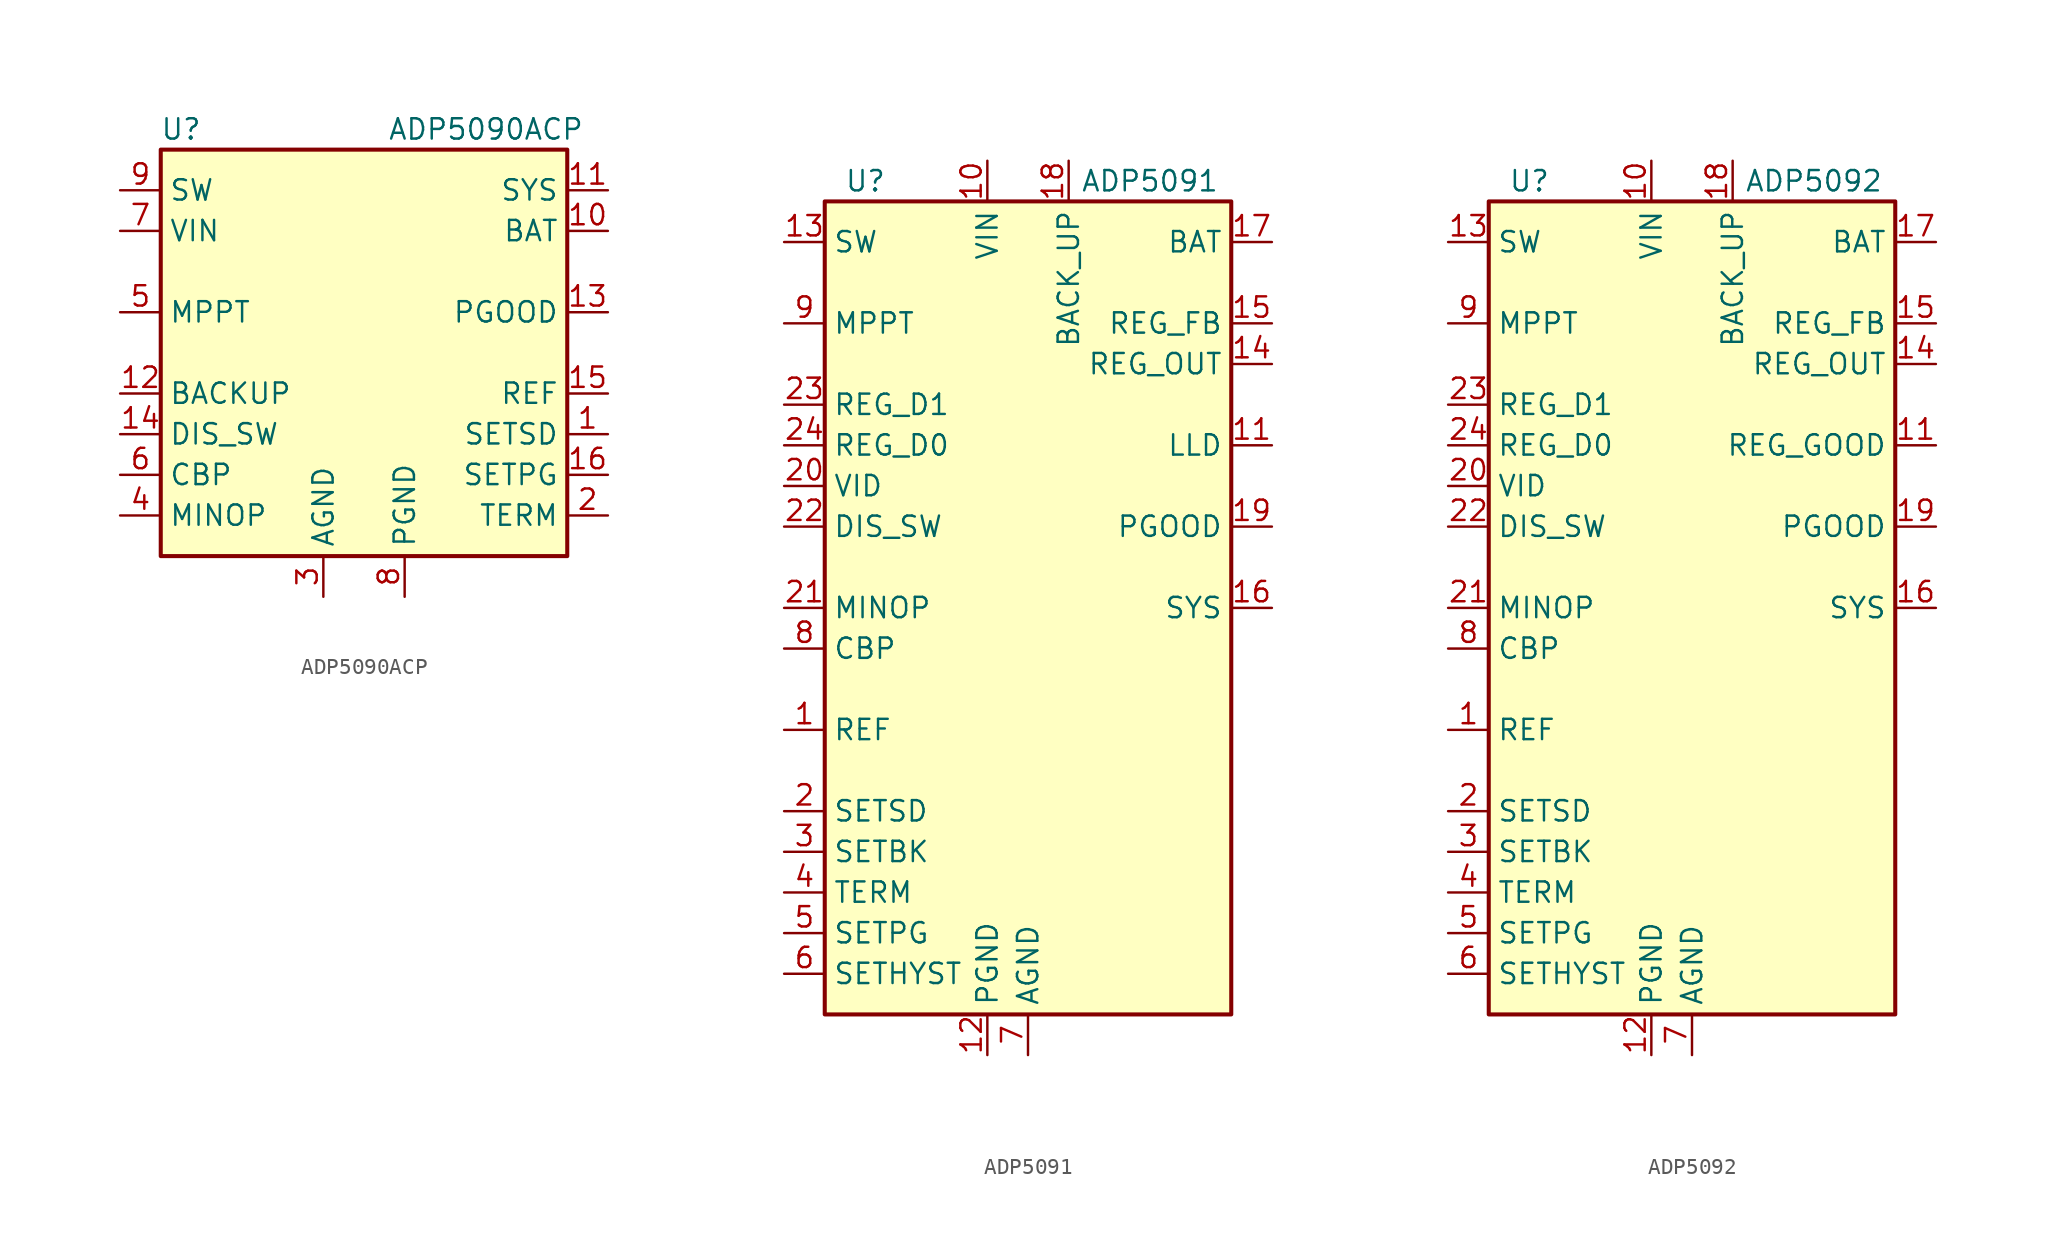
<source format=kicad_sym>
(kicad_symbol_lib
  (version 20201005)
  (generator kicad_symbol_editor)
  (symbol "Battery_Management:ADP5090ACP"
    (property "Reference" "U"
      (at -11.43 13.97 0)
      (effects (font (size 1.27 1.27))))
    (property "Value" "ADP5090ACP"
      (at 7.62 13.97 0)
      (effects (font (size 1.27 1.27))))
    (symbol "ADP5090ACP_0_1"
      (rectangle (start -12.7 12.7) (end 12.7 -12.7) (stroke (width 0.254)) (fill (type background))))
    (symbol "ADP5090ACP_1_1"
      (pin input line (at 15.24 -5.08 180) (length 2.54) (name "SETSD" (effects (font (size 1.27 1.27)))) (number "1" (effects (font (size 1.27 1.27)))))
      (pin power_out line (at 15.24 7.62 180) (length 2.54) (name "BAT" (effects (font (size 1.27 1.27)))) (number "10" (effects (font (size 1.27 1.27)))))
      (pin power_out line (at 15.24 10.16 180) (length 2.54) (name "SYS" (effects (font (size 1.27 1.27)))) (number "11" (effects (font (size 1.27 1.27)))))
      (pin passive line (at -15.24 -2.54 0) (length 2.54) (name "BACKUP" (effects (font (size 1.27 1.27)))) (number "12" (effects (font (size 1.27 1.27)))))
      (pin output line (at 15.24 2.54 180) (length 2.54) (name "PGOOD" (effects (font (size 1.27 1.27)))) (number "13" (effects (font (size 1.27 1.27)))))
      (pin input line (at -15.24 -5.08 0) (length 2.54) (name "DIS_SW" (effects (font (size 1.27 1.27)))) (number "14" (effects (font (size 1.27 1.27)))))
      (pin output line (at 15.24 -2.54 180) (length 2.54) (name "REF" (effects (font (size 1.27 1.27)))) (number "15" (effects (font (size 1.27 1.27)))))
      (pin input line (at 15.24 -7.62 180) (length 2.54) (name "SETPG" (effects (font (size 1.27 1.27)))) (number "16" (effects (font (size 1.27 1.27)))))
      (pin passive line (at -2.54 -15.24 90) (length 2.54) hide (name "AGND" (effects (font (size 1.27 1.27)))) (number "17" (effects (font (size 1.27 1.27)))))
      (pin input line (at 15.24 -10.16 180) (length 2.54) (name "TERM" (effects (font (size 1.27 1.27)))) (number "2" (effects (font (size 1.27 1.27)))))
      (pin power_in line (at -2.54 -15.24 90) (length 2.54) (name "AGND" (effects (font (size 1.27 1.27)))) (number "3" (effects (font (size 1.27 1.27)))))
      (pin passive line (at -15.24 -10.16 0) (length 2.54) (name "MINOP" (effects (font (size 1.27 1.27)))) (number "4" (effects (font (size 1.27 1.27)))))
      (pin input line (at -15.24 2.54 0) (length 2.54) (name "MPPT" (effects (font (size 1.27 1.27)))) (number "5" (effects (font (size 1.27 1.27)))))
      (pin passive line (at -15.24 -7.62 0) (length 2.54) (name "CBP" (effects (font (size 1.27 1.27)))) (number "6" (effects (font (size 1.27 1.27)))))
      (pin power_in line (at -15.24 7.62 0) (length 2.54) (name "VIN" (effects (font (size 1.27 1.27)))) (number "7" (effects (font (size 1.27 1.27)))))
      (pin power_in line (at 2.54 -15.24 90) (length 2.54) (name "PGND" (effects (font (size 1.27 1.27)))) (number "8" (effects (font (size 1.27 1.27)))))
      (pin input line (at -15.24 10.16 0) (length 2.54) (name "SW" (effects (font (size 1.27 1.27)))) (number "9" (effects (font (size 1.27 1.27)))))))
  (symbol "Battery_Management:ADP5091"
    (property "Reference" "U"
      (at -10.16 26.67 0)
      (effects (font (size 1.27 1.27))))
    (property "Value" "ADP5091"
      (at 7.62 26.67 0)
      (effects (font (size 1.27 1.27))))
    (symbol "ADP5091_0_1"
      (rectangle (start 12.7 25.4) (end -12.7 -25.4) (stroke (width 0.254)) (fill (type background))))
    (symbol "ADP5091_1_1"
      (pin passive line (at -15.24 -7.62 0) (length 2.54) (name "REF" (effects (font (size 1.27 1.27)))) (number "1" (effects (font (size 1.27 1.27)))))
      (pin power_in line (at -2.54 27.94 270) (length 2.54) (name "VIN" (effects (font (size 1.27 1.27)))) (number "10" (effects (font (size 1.27 1.27)))))
      (pin output line (at 15.24 10.16 180) (length 2.54) (name "LLD" (effects (font (size 1.27 1.27)))) (number "11" (effects (font (size 1.27 1.27)))))
      (pin power_in line (at -2.54 -27.94 90) (length 2.54) (name "PGND" (effects (font (size 1.27 1.27)))) (number "12" (effects (font (size 1.27 1.27)))))
      (pin power_in line (at -15.24 22.86 0) (length 2.54) (name "SW" (effects (font (size 1.27 1.27)))) (number "13" (effects (font (size 1.27 1.27)))))
      (pin power_out line (at 15.24 15.24 180) (length 2.54) (name "REG_OUT" (effects (font (size 1.27 1.27)))) (number "14" (effects (font (size 1.27 1.27)))))
      (pin power_out line (at 15.24 17.78 180) (length 2.54) (name "REG_FB" (effects (font (size 1.27 1.27)))) (number "15" (effects (font (size 1.27 1.27)))))
      (pin power_out line (at 15.24 0 180) (length 2.54) (name "SYS" (effects (font (size 1.27 1.27)))) (number "16" (effects (font (size 1.27 1.27)))))
      (pin power_out line (at 15.24 22.86 180) (length 2.54) (name "BAT" (effects (font (size 1.27 1.27)))) (number "17" (effects (font (size 1.27 1.27)))))
      (pin power_in line (at 2.54 27.94 270) (length 2.54) (name "BACK_UP" (effects (font (size 1.27 1.27)))) (number "18" (effects (font (size 1.27 1.27)))))
      (pin output line (at 15.24 5.08 180) (length 2.54) (name "PGOOD" (effects (font (size 1.27 1.27)))) (number "19" (effects (font (size 1.27 1.27)))))
      (pin passive line (at -15.24 -12.7 0) (length 2.54) (name "SETSD" (effects (font (size 1.27 1.27)))) (number "2" (effects (font (size 1.27 1.27)))))
      (pin input line (at -15.24 7.62 0) (length 2.54) (name "VID" (effects (font (size 1.27 1.27)))) (number "20" (effects (font (size 1.27 1.27)))))
      (pin passive line (at -15.24 0 0) (length 2.54) (name "MINOP" (effects (font (size 1.27 1.27)))) (number "21" (effects (font (size 1.27 1.27)))))
      (pin input line (at -15.24 5.08 0) (length 2.54) (name "DIS_SW" (effects (font (size 1.27 1.27)))) (number "22" (effects (font (size 1.27 1.27)))))
      (pin input line (at -15.24 12.7 0) (length 2.54) (name "REG_D1" (effects (font (size 1.27 1.27)))) (number "23" (effects (font (size 1.27 1.27)))))
      (pin input line (at -15.24 10.16 0) (length 2.54) (name "REG_D0" (effects (font (size 1.27 1.27)))) (number "24" (effects (font (size 1.27 1.27)))))
      (pin passive line (at 0 -27.94 90) (length 2.54) hide (name "AGND" (effects (font (size 1.27 1.27)))) (number "25" (effects (font (size 1.27 1.27)))))
      (pin passive line (at -15.24 -15.24 0) (length 2.54) (name "SETBK" (effects (font (size 1.27 1.27)))) (number "3" (effects (font (size 1.27 1.27)))))
      (pin passive line (at -15.24 -17.78 0) (length 2.54) (name "TERM" (effects (font (size 1.27 1.27)))) (number "4" (effects (font (size 1.27 1.27)))))
      (pin passive line (at -15.24 -20.32 0) (length 2.54) (name "SETPG" (effects (font (size 1.27 1.27)))) (number "5" (effects (font (size 1.27 1.27)))))
      (pin passive line (at -15.24 -22.86 0) (length 2.54) (name "SETHYST" (effects (font (size 1.27 1.27)))) (number "6" (effects (font (size 1.27 1.27)))))
      (pin power_in line (at 0 -27.94 90) (length 2.54) (name "AGND" (effects (font (size 1.27 1.27)))) (number "7" (effects (font (size 1.27 1.27)))))
      (pin passive line (at -15.24 -2.54 0) (length 2.54) (name "CBP" (effects (font (size 1.27 1.27)))) (number "8" (effects (font (size 1.27 1.27)))))
      (pin input line (at -15.24 17.78 0) (length 2.54) (name "MPPT" (effects (font (size 1.27 1.27)))) (number "9" (effects (font (size 1.27 1.27)))))))
  (symbol "Battery_Management:ADP5092"
    (property "Reference" "U"
      (at -10.16 26.67 0)
      (effects (font (size 1.27 1.27))))
    (property "Value" "ADP5092"
      (at 7.62 26.67 0)
      (effects (font (size 1.27 1.27))))
    (symbol "ADP5092_0_1"
      (rectangle (start 12.7 25.4) (end -12.7 -25.4) (stroke (width 0.254)) (fill (type background))))
    (symbol "ADP5092_1_1"
      (pin passive line (at -15.24 -7.62 0) (length 2.54) (name "REF" (effects (font (size 1.27 1.27)))) (number "1" (effects (font (size 1.27 1.27)))))
      (pin power_in line (at -2.54 27.94 270) (length 2.54) (name "VIN" (effects (font (size 1.27 1.27)))) (number "10" (effects (font (size 1.27 1.27)))))
      (pin output line (at 15.24 10.16 180) (length 2.54) (name "REG_GOOD" (effects (font (size 1.27 1.27)))) (number "11" (effects (font (size 1.27 1.27)))))
      (pin power_in line (at -2.54 -27.94 90) (length 2.54) (name "PGND" (effects (font (size 1.27 1.27)))) (number "12" (effects (font (size 1.27 1.27)))))
      (pin power_in line (at -15.24 22.86 0) (length 2.54) (name "SW" (effects (font (size 1.27 1.27)))) (number "13" (effects (font (size 1.27 1.27)))))
      (pin power_out line (at 15.24 15.24 180) (length 2.54) (name "REG_OUT" (effects (font (size 1.27 1.27)))) (number "14" (effects (font (size 1.27 1.27)))))
      (pin power_out line (at 15.24 17.78 180) (length 2.54) (name "REG_FB" (effects (font (size 1.27 1.27)))) (number "15" (effects (font (size 1.27 1.27)))))
      (pin power_out line (at 15.24 0 180) (length 2.54) (name "SYS" (effects (font (size 1.27 1.27)))) (number "16" (effects (font (size 1.27 1.27)))))
      (pin power_out line (at 15.24 22.86 180) (length 2.54) (name "BAT" (effects (font (size 1.27 1.27)))) (number "17" (effects (font (size 1.27 1.27)))))
      (pin power_in line (at 2.54 27.94 270) (length 2.54) (name "BACK_UP" (effects (font (size 1.27 1.27)))) (number "18" (effects (font (size 1.27 1.27)))))
      (pin output line (at 15.24 5.08 180) (length 2.54) (name "PGOOD" (effects (font (size 1.27 1.27)))) (number "19" (effects (font (size 1.27 1.27)))))
      (pin passive line (at -15.24 -12.7 0) (length 2.54) (name "SETSD" (effects (font (size 1.27 1.27)))) (number "2" (effects (font (size 1.27 1.27)))))
      (pin input line (at -15.24 7.62 0) (length 2.54) (name "VID" (effects (font (size 1.27 1.27)))) (number "20" (effects (font (size 1.27 1.27)))))
      (pin passive line (at -15.24 0 0) (length 2.54) (name "MINOP" (effects (font (size 1.27 1.27)))) (number "21" (effects (font (size 1.27 1.27)))))
      (pin input line (at -15.24 5.08 0) (length 2.54) (name "DIS_SW" (effects (font (size 1.27 1.27)))) (number "22" (effects (font (size 1.27 1.27)))))
      (pin input line (at -15.24 12.7 0) (length 2.54) (name "REG_D1" (effects (font (size 1.27 1.27)))) (number "23" (effects (font (size 1.27 1.27)))))
      (pin input line (at -15.24 10.16 0) (length 2.54) (name "REG_D0" (effects (font (size 1.27 1.27)))) (number "24" (effects (font (size 1.27 1.27)))))
      (pin passive line (at 0 -27.94 90) (length 2.54) hide (name "AGND" (effects (font (size 1.27 1.27)))) (number "25" (effects (font (size 1.27 1.27)))))
      (pin passive line (at -15.24 -15.24 0) (length 2.54) (name "SETBK" (effects (font (size 1.27 1.27)))) (number "3" (effects (font (size 1.27 1.27)))))
      (pin passive line (at -15.24 -17.78 0) (length 2.54) (name "TERM" (effects (font (size 1.27 1.27)))) (number "4" (effects (font (size 1.27 1.27)))))
      (pin passive line (at -15.24 -20.32 0) (length 2.54) (name "SETPG" (effects (font (size 1.27 1.27)))) (number "5" (effects (font (size 1.27 1.27)))))
      (pin passive line (at -15.24 -22.86 0) (length 2.54) (name "SETHYST" (effects (font (size 1.27 1.27)))) (number "6" (effects (font (size 1.27 1.27)))))
      (pin power_in line (at 0 -27.94 90) (length 2.54) (name "AGND" (effects (font (size 1.27 1.27)))) (number "7" (effects (font (size 1.27 1.27)))))
      (pin passive line (at -15.24 -2.54 0) (length 2.54) (name "CBP" (effects (font (size 1.27 1.27)))) (number "8" (effects (font (size 1.27 1.27)))))
      (pin input line (at -15.24 17.78 0) (length 2.54) (name "MPPT" (effects (font (size 1.27 1.27)))) (number "9" (effects (font (size 1.27 1.27))))))))
</source>
